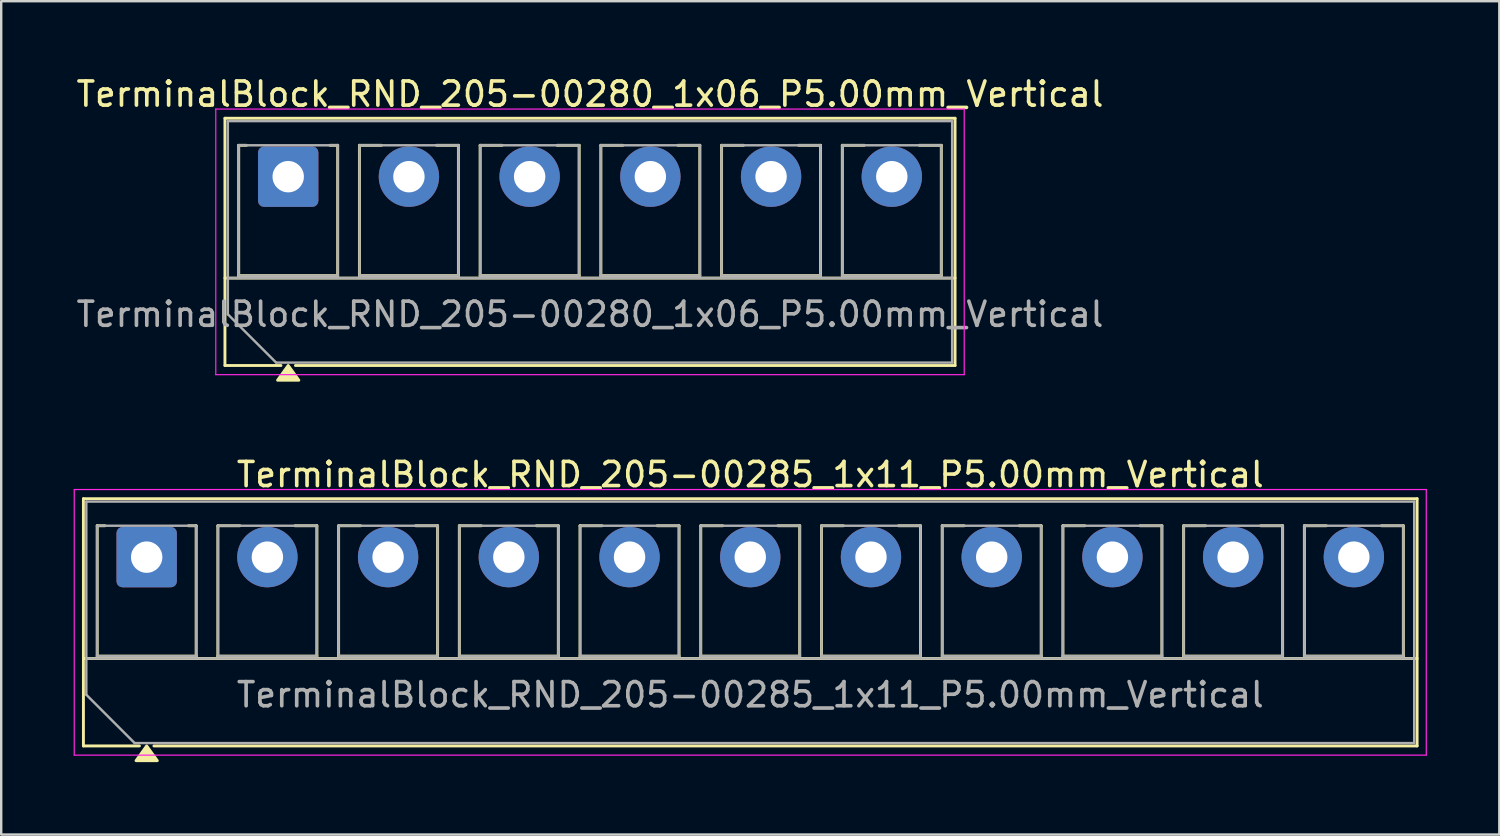
<source format=kicad_pcb>
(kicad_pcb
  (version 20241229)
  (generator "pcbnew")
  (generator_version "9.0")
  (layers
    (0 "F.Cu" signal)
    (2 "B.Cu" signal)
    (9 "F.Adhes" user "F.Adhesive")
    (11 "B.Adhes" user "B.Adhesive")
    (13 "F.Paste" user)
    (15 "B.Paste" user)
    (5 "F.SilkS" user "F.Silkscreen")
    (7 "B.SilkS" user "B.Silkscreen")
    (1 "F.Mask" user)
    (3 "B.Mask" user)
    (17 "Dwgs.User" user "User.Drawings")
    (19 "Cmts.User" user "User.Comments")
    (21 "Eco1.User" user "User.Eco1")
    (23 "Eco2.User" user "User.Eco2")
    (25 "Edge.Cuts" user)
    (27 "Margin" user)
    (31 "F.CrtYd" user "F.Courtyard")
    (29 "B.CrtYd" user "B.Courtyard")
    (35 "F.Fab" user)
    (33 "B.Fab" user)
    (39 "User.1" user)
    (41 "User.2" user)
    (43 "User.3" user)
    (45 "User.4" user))
  (footprint "TerminalBlock_RND_205-00285_1x11_P5.00mm_Vertical"
    (layer "F.Cu")
    (at 3.025 20.026)
    (property "Reference" "TerminalBlock_RND_205-00285_1x11_P5.00mm_Vertical" (at 25 -3.42 0) (layer "F.SilkS") (effects (font (size 1 1) (thickness 0.15))))
    (attr through_hole)
    (fp_line (start -2.62 -2.42) (end 52.62 -2.42) (stroke (width 0.12) (type solid)) (layer "F.SilkS"))
    (fp_line (start -2.62 4.2) (end 52.62 4.2) (stroke (width 0.12) (type solid)) (layer "F.SilkS"))
    (fp_line (start -2.62 7.82) (end -2.62 -2.42) (stroke (width 0.12) (type solid)) (layer "F.SilkS"))
    (fp_line (start -2.05 -1.3) (end -1.73 -1.3) (stroke (width 0.12) (type solid)) (layer "F.SilkS"))
    (fp_line (start -2.05 4.1) (end -2.05 -1.3) (stroke (width 0.12) (type solid)) (layer "F.SilkS"))
    (fp_line (start -0.3 7.82) (end -2.62 7.82) (stroke (width 0.12) (type solid)) (layer "F.SilkS"))
    (fp_line (start 1.73 -1.3) (end 2.05 -1.3) (stroke (width 0.12) (type solid)) (layer "F.SilkS"))
    (fp_line (start 2.05 -1.3) (end 2.05 4.1) (stroke (width 0.12) (type solid)) (layer "F.SilkS"))
    (fp_line (start 2.05 4.1) (end -2.05 4.1) (stroke (width 0.12) (type solid)) (layer "F.SilkS"))
    (fp_line (start 2.95 -1.3) (end 3.859 -1.3) (stroke (width 0.12) (type solid)) (layer "F.SilkS"))
    (fp_line (start 2.95 4.1) (end 2.95 -1.3) (stroke (width 0.12) (type solid)) (layer "F.SilkS"))
    (fp_line (start 6.141 -1.3) (end 7.05 -1.3) (stroke (width 0.12) (type solid)) (layer "F.SilkS"))
    (fp_line (start 7.05 -1.3) (end 7.05 4.1) (stroke (width 0.12) (type solid)) (layer "F.SilkS"))
    (fp_line (start 7.05 4.1) (end 2.95 4.1) (stroke (width 0.12) (type solid)) (layer "F.SilkS"))
    (fp_line (start 7.95 -1.3) (end 8.859 -1.3) (stroke (width 0.12) (type solid)) (layer "F.SilkS"))
    (fp_line (start 7.95 4.1) (end 7.95 -1.3) (stroke (width 0.12) (type solid)) (layer "F.SilkS"))
    (fp_line (start 11.141 -1.3) (end 12.05 -1.3) (stroke (width 0.12) (type solid)) (layer "F.SilkS"))
    (fp_line (start 12.05 -1.3) (end 12.05 4.1) (stroke (width 0.12) (type solid)) (layer "F.SilkS"))
    (fp_line (start 12.05 4.1) (end 7.95 4.1) (stroke (width 0.12) (type solid)) (layer "F.SilkS"))
    (fp_line (start 12.95 -1.3) (end 13.859 -1.3) (stroke (width 0.12) (type solid)) (layer "F.SilkS"))
    (fp_line (start 12.95 4.1) (end 12.95 -1.3) (stroke (width 0.12) (type solid)) (layer "F.SilkS"))
    (fp_line (start 16.141 -1.3) (end 17.05 -1.3) (stroke (width 0.12) (type solid)) (layer "F.SilkS"))
    (fp_line (start 17.05 -1.3) (end 17.05 4.1) (stroke (width 0.12) (type solid)) (layer "F.SilkS"))
    (fp_line (start 17.05 4.1) (end 12.95 4.1) (stroke (width 0.12) (type solid)) (layer "F.SilkS"))
    (fp_line (start 17.95 -1.3) (end 18.859 -1.3) (stroke (width 0.12) (type solid)) (layer "F.SilkS"))
    (fp_line (start 17.95 4.1) (end 17.95 -1.3) (stroke (width 0.12) (type solid)) (layer "F.SilkS"))
    (fp_line (start 21.141 -1.3) (end 22.05 -1.3) (stroke (width 0.12) (type solid)) (layer "F.SilkS"))
    (fp_line (start 22.05 -1.3) (end 22.05 4.1) (stroke (width 0.12) (type solid)) (layer "F.SilkS"))
    (fp_line (start 22.05 4.1) (end 17.95 4.1) (stroke (width 0.12) (type solid)) (layer "F.SilkS"))
    (fp_line (start 22.95 -1.3) (end 23.859 -1.3) (stroke (width 0.12) (type solid)) (layer "F.SilkS"))
    (fp_line (start 22.95 4.1) (end 22.95 -1.3) (stroke (width 0.12) (type solid)) (layer "F.SilkS"))
    (fp_line (start 26.141 -1.3) (end 27.05 -1.3) (stroke (width 0.12) (type solid)) (layer "F.SilkS"))
    (fp_line (start 27.05 -1.3) (end 27.05 4.1) (stroke (width 0.12) (type solid)) (layer "F.SilkS"))
    (fp_line (start 27.05 4.1) (end 22.95 4.1) (stroke (width 0.12) (type solid)) (layer "F.SilkS"))
    (fp_line (start 27.95 -1.3) (end 28.859 -1.3) (stroke (width 0.12) (type solid)) (layer "F.SilkS"))
    (fp_line (start 27.95 4.1) (end 27.95 -1.3) (stroke (width 0.12) (type solid)) (layer "F.SilkS"))
    (fp_line (start 31.141 -1.3) (end 32.05 -1.3) (stroke (width 0.12) (type solid)) (layer "F.SilkS"))
    (fp_line (start 32.05 -1.3) (end 32.05 4.1) (stroke (width 0.12) (type solid)) (layer "F.SilkS"))
    (fp_line (start 32.05 4.1) (end 27.95 4.1) (stroke (width 0.12) (type solid)) (layer "F.SilkS"))
    (fp_line (start 32.95 -1.3) (end 33.859 -1.3) (stroke (width 0.12) (type solid)) (layer "F.SilkS"))
    (fp_line (start 32.95 4.1) (end 32.95 -1.3) (stroke (width 0.12) (type solid)) (layer "F.SilkS"))
    (fp_line (start 36.141 -1.3) (end 37.05 -1.3) (stroke (width 0.12) (type solid)) (layer "F.SilkS"))
    (fp_line (start 37.05 -1.3) (end 37.05 4.1) (stroke (width 0.12) (type solid)) (layer "F.SilkS"))
    (fp_line (start 37.05 4.1) (end 32.95 4.1) (stroke (width 0.12) (type solid)) (layer "F.SilkS"))
    (fp_line (start 37.95 -1.3) (end 38.859 -1.3) (stroke (width 0.12) (type solid)) (layer "F.SilkS"))
    (fp_line (start 37.95 4.1) (end 37.95 -1.3) (stroke (width 0.12) (type solid)) (layer "F.SilkS"))
    (fp_line (start 41.141 -1.3) (end 42.05 -1.3) (stroke (width 0.12) (type solid)) (layer "F.SilkS"))
    (fp_line (start 42.05 -1.3) (end 42.05 4.1) (stroke (width 0.12) (type solid)) (layer "F.SilkS"))
    (fp_line (start 42.05 4.1) (end 37.95 4.1) (stroke (width 0.12) (type solid)) (layer "F.SilkS"))
    (fp_line (start 42.95 -1.3) (end 43.859 -1.3) (stroke (width 0.12) (type solid)) (layer "F.SilkS"))
    (fp_line (start 42.95 4.1) (end 42.95 -1.3) (stroke (width 0.12) (type solid)) (layer "F.SilkS"))
    (fp_line (start 46.141 -1.3) (end 47.05 -1.3) (stroke (width 0.12) (type solid)) (layer "F.SilkS"))
    (fp_line (start 47.05 -1.3) (end 47.05 4.1) (stroke (width 0.12) (type solid)) (layer "F.SilkS"))
    (fp_line (start 47.05 4.1) (end 42.95 4.1) (stroke (width 0.12) (type solid)) (layer "F.SilkS"))
    (fp_line (start 47.95 -1.3) (end 48.859 -1.3) (stroke (width 0.12) (type solid)) (layer "F.SilkS"))
    (fp_line (start 47.95 4.1) (end 47.95 -1.3) (stroke (width 0.12) (type solid)) (layer "F.SilkS"))
    (fp_line (start 51.141 -1.3) (end 52.05 -1.3) (stroke (width 0.12) (type solid)) (layer "F.SilkS"))
    (fp_line (start 52.05 -1.3) (end 52.05 4.1) (stroke (width 0.12) (type solid)) (layer "F.SilkS"))
    (fp_line (start 52.05 4.1) (end 47.95 4.1) (stroke (width 0.12) (type solid)) (layer "F.SilkS"))
    (fp_line (start 52.62 -2.42) (end 52.62 7.82) (stroke (width 0.12) (type solid)) (layer "F.SilkS"))
    (fp_line (start 52.62 7.82) (end 0.3 7.82) (stroke (width 0.12) (type solid)) (layer "F.SilkS"))
    (fp_poly (pts (xy 0 7.82) (xy 0.44 8.43) (xy -0.44 8.43)) (stroke (width 0.12) (type solid)) (fill yes) (layer "F.SilkS"))
    (fp_line (start -3 -2.8) (end -3 8.2) (stroke (width 0.05) (type solid)) (layer "F.CrtYd"))
    (fp_line (start -3 8.2) (end 53 8.2) (stroke (width 0.05) (type solid)) (layer "F.CrtYd"))
    (fp_line (start 53 -2.8) (end -3 -2.8) (stroke (width 0.05) (type solid)) (layer "F.CrtYd"))
    (fp_line (start 53 8.2) (end 53 -2.8) (stroke (width 0.05) (type solid)) (layer "F.CrtYd"))
    (fp_line (start -2.5 -2.3) (end 52.5 -2.3) (stroke (width 0.1) (type solid)) (layer "F.Fab"))
    (fp_line (start -2.5 4.2) (end 52.5 4.2) (stroke (width 0.1) (type solid)) (layer "F.Fab"))
    (fp_line (start -2.5 5.7) (end -2.5 -2.3) (stroke (width 0.1) (type solid)) (layer "F.Fab"))
    (fp_line (start -2.05 -1.3) (end -2.05 4.1) (stroke (width 0.1) (type solid)) (layer "F.Fab"))
    (fp_line (start -2.05 4.1) (end 2.05 4.1) (stroke (width 0.1) (type solid)) (layer "F.Fab"))
    (fp_line (start -0.5 7.7) (end -2.5 5.7) (stroke (width 0.1) (type solid)) (layer "F.Fab"))
    (fp_line (start 2.05 -1.3) (end -2.05 -1.3) (stroke (width 0.1) (type solid)) (layer "F.Fab"))
    (fp_line (start 2.05 4.1) (end 2.05 -1.3) (stroke (width 0.1) (type solid)) (layer "F.Fab"))
    (fp_line (start 2.95 -1.3) (end 2.95 4.1) (stroke (width 0.1) (type solid)) (layer "F.Fab"))
    (fp_line (start 2.95 4.1) (end 7.05 4.1) (stroke (width 0.1) (type solid)) (layer "F.Fab"))
    (fp_line (start 7.05 -1.3) (end 2.95 -1.3) (stroke (width 0.1) (type solid)) (layer "F.Fab"))
    (fp_line (start 7.05 4.1) (end 7.05 -1.3) (stroke (width 0.1) (type solid)) (layer "F.Fab"))
    (fp_line (start 7.95 -1.3) (end 7.95 4.1) (stroke (width 0.1) (type solid)) (layer "F.Fab"))
    (fp_line (start 7.95 4.1) (end 12.05 4.1) (stroke (width 0.1) (type solid)) (layer "F.Fab"))
    (fp_line (start 12.05 -1.3) (end 7.95 -1.3) (stroke (width 0.1) (type solid)) (layer "F.Fab"))
    (fp_line (start 12.05 4.1) (end 12.05 -1.3) (stroke (width 0.1) (type solid)) (layer "F.Fab"))
    (fp_line (start 12.95 -1.3) (end 12.95 4.1) (stroke (width 0.1) (type solid)) (layer "F.Fab"))
    (fp_line (start 12.95 4.1) (end 17.05 4.1) (stroke (width 0.1) (type solid)) (layer "F.Fab"))
    (fp_line (start 17.05 -1.3) (end 12.95 -1.3) (stroke (width 0.1) (type solid)) (layer "F.Fab"))
    (fp_line (start 17.05 4.1) (end 17.05 -1.3) (stroke (width 0.1) (type solid)) (layer "F.Fab"))
    (fp_line (start 17.95 -1.3) (end 17.95 4.1) (stroke (width 0.1) (type solid)) (layer "F.Fab"))
    (fp_line (start 17.95 4.1) (end 22.05 4.1) (stroke (width 0.1) (type solid)) (layer "F.Fab"))
    (fp_line (start 22.05 -1.3) (end 17.95 -1.3) (stroke (width 0.1) (type solid)) (layer "F.Fab"))
    (fp_line (start 22.05 4.1) (end 22.05 -1.3) (stroke (width 0.1) (type solid)) (layer "F.Fab"))
    (fp_line (start 22.95 -1.3) (end 22.95 4.1) (stroke (width 0.1) (type solid)) (layer "F.Fab"))
    (fp_line (start 22.95 4.1) (end 27.05 4.1) (stroke (width 0.1) (type solid)) (layer "F.Fab"))
    (fp_line (start 27.05 -1.3) (end 22.95 -1.3) (stroke (width 0.1) (type solid)) (layer "F.Fab"))
    (fp_line (start 27.05 4.1) (end 27.05 -1.3) (stroke (width 0.1) (type solid)) (layer "F.Fab"))
    (fp_line (start 27.95 -1.3) (end 27.95 4.1) (stroke (width 0.1) (type solid)) (layer "F.Fab"))
    (fp_line (start 27.95 4.1) (end 32.05 4.1) (stroke (width 0.1) (type solid)) (layer "F.Fab"))
    (fp_line (start 32.05 -1.3) (end 27.95 -1.3) (stroke (width 0.1) (type solid)) (layer "F.Fab"))
    (fp_line (start 32.05 4.1) (end 32.05 -1.3) (stroke (width 0.1) (type solid)) (layer "F.Fab"))
    (fp_line (start 32.95 -1.3) (end 32.95 4.1) (stroke (width 0.1) (type solid)) (layer "F.Fab"))
    (fp_line (start 32.95 4.1) (end 37.05 4.1) (stroke (width 0.1) (type solid)) (layer "F.Fab"))
    (fp_line (start 37.05 -1.3) (end 32.95 -1.3) (stroke (width 0.1) (type solid)) (layer "F.Fab"))
    (fp_line (start 37.05 4.1) (end 37.05 -1.3) (stroke (width 0.1) (type solid)) (layer "F.Fab"))
    (fp_line (start 37.95 -1.3) (end 37.95 4.1) (stroke (width 0.1) (type solid)) (layer "F.Fab"))
    (fp_line (start 37.95 4.1) (end 42.05 4.1) (stroke (width 0.1) (type solid)) (layer "F.Fab"))
    (fp_line (start 42.05 -1.3) (end 37.95 -1.3) (stroke (width 0.1) (type solid)) (layer "F.Fab"))
    (fp_line (start 42.05 4.1) (end 42.05 -1.3) (stroke (width 0.1) (type solid)) (layer "F.Fab"))
    (fp_line (start 42.95 -1.3) (end 42.95 4.1) (stroke (width 0.1) (type solid)) (layer "F.Fab"))
    (fp_line (start 42.95 4.1) (end 47.05 4.1) (stroke (width 0.1) (type solid)) (layer "F.Fab"))
    (fp_line (start 47.05 -1.3) (end 42.95 -1.3) (stroke (width 0.1) (type solid)) (layer "F.Fab"))
    (fp_line (start 47.05 4.1) (end 47.05 -1.3) (stroke (width 0.1) (type solid)) (layer "F.Fab"))
    (fp_line (start 47.95 -1.3) (end 47.95 4.1) (stroke (width 0.1) (type solid)) (layer "F.Fab"))
    (fp_line (start 47.95 4.1) (end 52.05 4.1) (stroke (width 0.1) (type solid)) (layer "F.Fab"))
    (fp_line (start 52.05 -1.3) (end 47.95 -1.3) (stroke (width 0.1) (type solid)) (layer "F.Fab"))
    (fp_line (start 52.05 4.1) (end 52.05 -1.3) (stroke (width 0.1) (type solid)) (layer "F.Fab"))
    (fp_line (start 52.5 -2.3) (end 52.5 7.7) (stroke (width 0.1) (type solid)) (layer "F.Fab"))
    (fp_line (start 52.5 7.7) (end -0.5 7.7) (stroke (width 0.1) (type solid)) (layer "F.Fab"))
    (fp_text user "${REFERENCE}" (at 25 5.7 0) (layer "F.Fab") (effects (font (size 1 1) (thickness 0.15))))
    (pad "1" thru_hole roundrect (at 0 0) (size 2.5 2.5) (drill 1.3) (layers "*.Cu" "*.Mask") (roundrect_rratio 0.1))
    (pad "2" thru_hole circle (at 5 0) (size 2.5 2.5) (drill 1.3) (layers "*.Cu" "*.Mask"))
    (pad "3" thru_hole circle (at 10 0) (size 2.5 2.5) (drill 1.3) (layers "*.Cu" "*.Mask"))
    (pad "4" thru_hole circle (at 15 0) (size 2.5 2.5) (drill 1.3) (layers "*.Cu" "*.Mask"))
    (pad "5" thru_hole circle (at 20 0) (size 2.5 2.5) (drill 1.3) (layers "*.Cu" "*.Mask"))
    (pad "6" thru_hole circle (at 25 0) (size 2.5 2.5) (drill 1.3) (layers "*.Cu" "*.Mask"))
    (pad "7" thru_hole circle (at 30 0) (size 2.5 2.5) (drill 1.3) (layers "*.Cu" "*.Mask"))
    (pad "8" thru_hole circle (at 35 0) (size 2.5 2.5) (drill 1.3) (layers "*.Cu" "*.Mask"))
    (pad "9" thru_hole circle (at 40 0) (size 2.5 2.5) (drill 1.3) (layers "*.Cu" "*.Mask"))
    (pad "10" thru_hole circle (at 45 0) (size 2.5 2.5) (drill 1.3) (layers "*.Cu" "*.Mask"))
    (pad "11" thru_hole circle (at 50 0) (size 2.5 2.5) (drill 1.3) (layers "*.Cu" "*.Mask")))
  (footprint "TerminalBlock_RND_205-00280_1x06_P5.00mm_Vertical"
    (layer "F.Cu")
    (at 8.887 4.268)
    (property "Reference" "TerminalBlock_RND_205-00280_1x06_P5.00mm_Vertical" (at 12.5 -3.42 0) (layer "F.SilkS") (effects (font (size 1 1) (thickness 0.15))))
    (attr through_hole)
    (fp_line (start -2.62 -2.42) (end 27.62 -2.42) (stroke (width 0.12) (type solid)) (layer "F.SilkS"))
    (fp_line (start -2.62 4.2) (end 27.62 4.2) (stroke (width 0.12) (type solid)) (layer "F.SilkS"))
    (fp_line (start -2.62 7.82) (end -2.62 -2.42) (stroke (width 0.12) (type solid)) (layer "F.SilkS"))
    (fp_line (start -2.05 -1.3) (end -1.73 -1.3) (stroke (width 0.12) (type solid)) (layer "F.SilkS"))
    (fp_line (start -2.05 4.1) (end -2.05 -1.3) (stroke (width 0.12) (type solid)) (layer "F.SilkS"))
    (fp_line (start -0.3 7.82) (end -2.62 7.82) (stroke (width 0.12) (type solid)) (layer "F.SilkS"))
    (fp_line (start 1.73 -1.3) (end 2.05 -1.3) (stroke (width 0.12) (type solid)) (layer "F.SilkS"))
    (fp_line (start 2.05 -1.3) (end 2.05 4.1) (stroke (width 0.12) (type solid)) (layer "F.SilkS"))
    (fp_line (start 2.05 4.1) (end -2.05 4.1) (stroke (width 0.12) (type solid)) (layer "F.SilkS"))
    (fp_line (start 2.95 -1.3) (end 3.859 -1.3) (stroke (width 0.12) (type solid)) (layer "F.SilkS"))
    (fp_line (start 2.95 4.1) (end 2.95 -1.3) (stroke (width 0.12) (type solid)) (layer "F.SilkS"))
    (fp_line (start 6.141 -1.3) (end 7.05 -1.3) (stroke (width 0.12) (type solid)) (layer "F.SilkS"))
    (fp_line (start 7.05 -1.3) (end 7.05 4.1) (stroke (width 0.12) (type solid)) (layer "F.SilkS"))
    (fp_line (start 7.05 4.1) (end 2.95 4.1) (stroke (width 0.12) (type solid)) (layer "F.SilkS"))
    (fp_line (start 7.95 -1.3) (end 8.859 -1.3) (stroke (width 0.12) (type solid)) (layer "F.SilkS"))
    (fp_line (start 7.95 4.1) (end 7.95 -1.3) (stroke (width 0.12) (type solid)) (layer "F.SilkS"))
    (fp_line (start 11.141 -1.3) (end 12.05 -1.3) (stroke (width 0.12) (type solid)) (layer "F.SilkS"))
    (fp_line (start 12.05 -1.3) (end 12.05 4.1) (stroke (width 0.12) (type solid)) (layer "F.SilkS"))
    (fp_line (start 12.05 4.1) (end 7.95 4.1) (stroke (width 0.12) (type solid)) (layer "F.SilkS"))
    (fp_line (start 12.95 -1.3) (end 13.859 -1.3) (stroke (width 0.12) (type solid)) (layer "F.SilkS"))
    (fp_line (start 12.95 4.1) (end 12.95 -1.3) (stroke (width 0.12) (type solid)) (layer "F.SilkS"))
    (fp_line (start 16.141 -1.3) (end 17.05 -1.3) (stroke (width 0.12) (type solid)) (layer "F.SilkS"))
    (fp_line (start 17.05 -1.3) (end 17.05 4.1) (stroke (width 0.12) (type solid)) (layer "F.SilkS"))
    (fp_line (start 17.05 4.1) (end 12.95 4.1) (stroke (width 0.12) (type solid)) (layer "F.SilkS"))
    (fp_line (start 17.95 -1.3) (end 18.859 -1.3) (stroke (width 0.12) (type solid)) (layer "F.SilkS"))
    (fp_line (start 17.95 4.1) (end 17.95 -1.3) (stroke (width 0.12) (type solid)) (layer "F.SilkS"))
    (fp_line (start 21.141 -1.3) (end 22.05 -1.3) (stroke (width 0.12) (type solid)) (layer "F.SilkS"))
    (fp_line (start 22.05 -1.3) (end 22.05 4.1) (stroke (width 0.12) (type solid)) (layer "F.SilkS"))
    (fp_line (start 22.05 4.1) (end 17.95 4.1) (stroke (width 0.12) (type solid)) (layer "F.SilkS"))
    (fp_line (start 22.95 -1.3) (end 23.859 -1.3) (stroke (width 0.12) (type solid)) (layer "F.SilkS"))
    (fp_line (start 22.95 4.1) (end 22.95 -1.3) (stroke (width 0.12) (type solid)) (layer "F.SilkS"))
    (fp_line (start 26.141 -1.3) (end 27.05 -1.3) (stroke (width 0.12) (type solid)) (layer "F.SilkS"))
    (fp_line (start 27.05 -1.3) (end 27.05 4.1) (stroke (width 0.12) (type solid)) (layer "F.SilkS"))
    (fp_line (start 27.05 4.1) (end 22.95 4.1) (stroke (width 0.12) (type solid)) (layer "F.SilkS"))
    (fp_line (start 27.62 -2.42) (end 27.62 7.82) (stroke (width 0.12) (type solid)) (layer "F.SilkS"))
    (fp_line (start 27.62 7.82) (end 0.3 7.82) (stroke (width 0.12) (type solid)) (layer "F.SilkS"))
    (fp_poly (pts (xy 0 7.82) (xy 0.44 8.43) (xy -0.44 8.43)) (stroke (width 0.12) (type solid)) (fill yes) (layer "F.SilkS"))
    (fp_line (start -3 -2.8) (end -3 8.2) (stroke (width 0.05) (type solid)) (layer "F.CrtYd"))
    (fp_line (start -3 8.2) (end 28 8.2) (stroke (width 0.05) (type solid)) (layer "F.CrtYd"))
    (fp_line (start 28 -2.8) (end -3 -2.8) (stroke (width 0.05) (type solid)) (layer "F.CrtYd"))
    (fp_line (start 28 8.2) (end 28 -2.8) (stroke (width 0.05) (type solid)) (layer "F.CrtYd"))
    (fp_line (start -2.5 -2.3) (end 27.5 -2.3) (stroke (width 0.1) (type solid)) (layer "F.Fab"))
    (fp_line (start -2.5 4.2) (end 27.5 4.2) (stroke (width 0.1) (type solid)) (layer "F.Fab"))
    (fp_line (start -2.5 5.7) (end -2.5 -2.3) (stroke (width 0.1) (type solid)) (layer "F.Fab"))
    (fp_line (start -2.05 -1.3) (end -2.05 4.1) (stroke (width 0.1) (type solid)) (layer "F.Fab"))
    (fp_line (start -2.05 4.1) (end 2.05 4.1) (stroke (width 0.1) (type solid)) (layer "F.Fab"))
    (fp_line (start -0.5 7.7) (end -2.5 5.7) (stroke (width 0.1) (type solid)) (layer "F.Fab"))
    (fp_line (start 2.05 -1.3) (end -2.05 -1.3) (stroke (width 0.1) (type solid)) (layer "F.Fab"))
    (fp_line (start 2.05 4.1) (end 2.05 -1.3) (stroke (width 0.1) (type solid)) (layer "F.Fab"))
    (fp_line (start 2.95 -1.3) (end 2.95 4.1) (stroke (width 0.1) (type solid)) (layer "F.Fab"))
    (fp_line (start 2.95 4.1) (end 7.05 4.1) (stroke (width 0.1) (type solid)) (layer "F.Fab"))
    (fp_line (start 7.05 -1.3) (end 2.95 -1.3) (stroke (width 0.1) (type solid)) (layer "F.Fab"))
    (fp_line (start 7.05 4.1) (end 7.05 -1.3) (stroke (width 0.1) (type solid)) (layer "F.Fab"))
    (fp_line (start 7.95 -1.3) (end 7.95 4.1) (stroke (width 0.1) (type solid)) (layer "F.Fab"))
    (fp_line (start 7.95 4.1) (end 12.05 4.1) (stroke (width 0.1) (type solid)) (layer "F.Fab"))
    (fp_line (start 12.05 -1.3) (end 7.95 -1.3) (stroke (width 0.1) (type solid)) (layer "F.Fab"))
    (fp_line (start 12.05 4.1) (end 12.05 -1.3) (stroke (width 0.1) (type solid)) (layer "F.Fab"))
    (fp_line (start 12.95 -1.3) (end 12.95 4.1) (stroke (width 0.1) (type solid)) (layer "F.Fab"))
    (fp_line (start 12.95 4.1) (end 17.05 4.1) (stroke (width 0.1) (type solid)) (layer "F.Fab"))
    (fp_line (start 17.05 -1.3) (end 12.95 -1.3) (stroke (width 0.1) (type solid)) (layer "F.Fab"))
    (fp_line (start 17.05 4.1) (end 17.05 -1.3) (stroke (width 0.1) (type solid)) (layer "F.Fab"))
    (fp_line (start 17.95 -1.3) (end 17.95 4.1) (stroke (width 0.1) (type solid)) (layer "F.Fab"))
    (fp_line (start 17.95 4.1) (end 22.05 4.1) (stroke (width 0.1) (type solid)) (layer "F.Fab"))
    (fp_line (start 22.05 -1.3) (end 17.95 -1.3) (stroke (width 0.1) (type solid)) (layer "F.Fab"))
    (fp_line (start 22.05 4.1) (end 22.05 -1.3) (stroke (width 0.1) (type solid)) (layer "F.Fab"))
    (fp_line (start 22.95 -1.3) (end 22.95 4.1) (stroke (width 0.1) (type solid)) (layer "F.Fab"))
    (fp_line (start 22.95 4.1) (end 27.05 4.1) (stroke (width 0.1) (type solid)) (layer "F.Fab"))
    (fp_line (start 27.05 -1.3) (end 22.95 -1.3) (stroke (width 0.1) (type solid)) (layer "F.Fab"))
    (fp_line (start 27.05 4.1) (end 27.05 -1.3) (stroke (width 0.1) (type solid)) (layer "F.Fab"))
    (fp_line (start 27.5 -2.3) (end 27.5 7.7) (stroke (width 0.1) (type solid)) (layer "F.Fab"))
    (fp_line (start 27.5 7.7) (end -0.5 7.7) (stroke (width 0.1) (type solid)) (layer "F.Fab"))
    (fp_text user "${REFERENCE}" (at 12.5 5.7 0) (layer "F.Fab") (effects (font (size 1 1) (thickness 0.15))))
    (pad "1" thru_hole roundrect (at 0 0) (size 2.5 2.5) (drill 1.3) (layers "*.Cu" "*.Mask") (roundrect_rratio 0.1))
    (pad "2" thru_hole circle (at 5 0) (size 2.5 2.5) (drill 1.3) (layers "*.Cu" "*.Mask"))
    (pad "3" thru_hole circle (at 10 0) (size 2.5 2.5) (drill 1.3) (layers "*.Cu" "*.Mask"))
    (pad "4" thru_hole circle (at 15 0) (size 2.5 2.5) (drill 1.3) (layers "*.Cu" "*.Mask"))
    (pad "5" thru_hole circle (at 20 0) (size 2.5 2.5) (drill 1.3) (layers "*.Cu" "*.Mask"))
    (pad "6" thru_hole circle (at 25 0) (size 2.5 2.5) (drill 1.3) (layers "*.Cu" "*.Mask")))
  (gr_rect
    (start -3 -3)
    (end 59.05 31.517)
    (stroke (width 0.1) (type default))
    (fill no)
    (layer "Edge.Cuts")))
</source>
